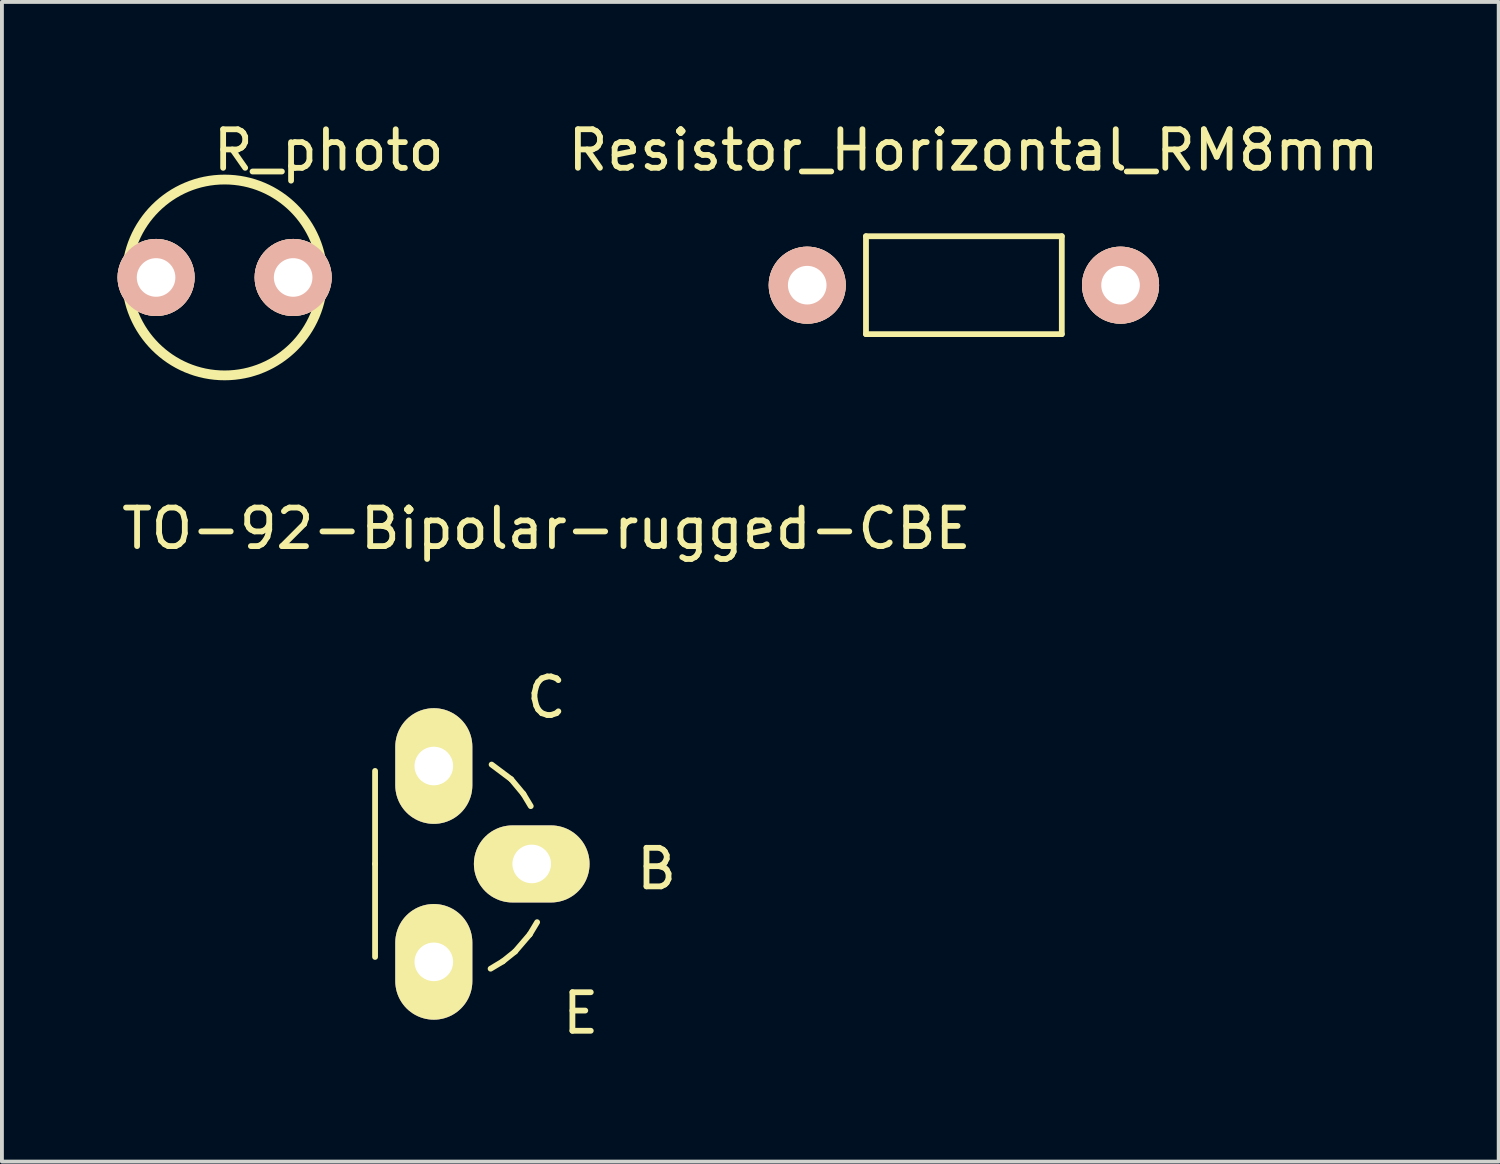
<source format=kicad_pcb>
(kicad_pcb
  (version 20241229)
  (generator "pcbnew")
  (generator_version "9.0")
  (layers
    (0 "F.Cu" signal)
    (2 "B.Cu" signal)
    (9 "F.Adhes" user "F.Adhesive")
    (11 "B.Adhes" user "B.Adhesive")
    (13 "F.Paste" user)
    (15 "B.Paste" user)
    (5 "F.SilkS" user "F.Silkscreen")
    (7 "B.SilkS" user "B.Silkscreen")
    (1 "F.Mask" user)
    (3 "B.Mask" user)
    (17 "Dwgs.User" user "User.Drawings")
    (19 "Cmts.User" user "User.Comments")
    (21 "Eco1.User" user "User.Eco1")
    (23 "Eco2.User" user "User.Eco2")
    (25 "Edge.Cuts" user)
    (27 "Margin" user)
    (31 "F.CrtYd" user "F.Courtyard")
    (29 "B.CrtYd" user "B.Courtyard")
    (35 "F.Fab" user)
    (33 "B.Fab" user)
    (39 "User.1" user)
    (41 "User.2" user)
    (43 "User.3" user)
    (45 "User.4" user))
  (footprint "Resistor_Horizontal_RM8mm"
    (layer "F.Cu")
    (at 21.955 4.348)
    (property "Reference" "Resistor_Horizontal_RM8mm" (at 0.249 -3.5 0) (layer "F.SilkS") (effects (font (size 1 1) (thickness 0.15))))
    (attr through_hole)
    (fp_line (start -2.54 -1.27) (end 2.54 -1.27) (stroke (width 0.15) (type solid)) (layer "F.SilkS"))
    (fp_line (start -2.54 1.27) (end -2.54 -1.27) (stroke (width 0.15) (type solid)) (layer "F.SilkS"))
    (fp_line (start 2.54 -1.27) (end 2.54 1.27) (stroke (width 0.15) (type solid)) (layer "F.SilkS"))
    (fp_line (start 2.54 1.27) (end -2.54 1.27) (stroke (width 0.15) (type solid)) (layer "F.SilkS"))
    (pad "1" thru_hole circle (at -4.064 0) (size 1.999 1.999) (drill 1.001) (layers "*.Cu" "*.SilkS" "*.Mask"))
    (pad "2" thru_hole circle (at 4.064 0) (size 1.999 1.999) (drill 1.001) (layers "*.Cu" "*.SilkS" "*.Mask")))
  (footprint "R_photo"
    (layer "F.Cu")
    (at 2.777 4.148)
    (property "Reference" "R_photo" (at 2.7 -3.299 0) (layer "F.SilkS") (effects (font (size 1 1) (thickness 0.15))))
    (attr through_hole)
    (fp_circle (center 0 0) (end -2.54 0) (stroke (width 0.254) (type solid)) (fill no) (layer "F.SilkS"))
    (pad "1" thru_hole circle (at -1.778 0) (size 1.999 1.999) (drill 1.001) (layers "*.Cu" "*.SilkS" "*.Mask"))
    (pad "2" thru_hole circle (at 1.778 0) (size 1.999 1.999) (drill 1.001) (layers "*.Cu" "*.SilkS" "*.Mask")))
  (footprint "TO-92-Bipolar-rugged-CBE"
    (layer "F.Cu")
    (at 8.204 19.362)
    (property "Reference" "TO-92-Bipolar-rugged-CBE" (at 2.921 -8.7 0) (layer "F.SilkS") (effects (font (size 1 1) (thickness 0.15))))
    (attr through_hole)
    (fp_line (start -1.524 0) (end -1.524 -2.413) (stroke (width 0.15) (type solid)) (layer "F.SilkS"))
    (fp_line (start -1.524 0) (end -1.524 2.413) (stroke (width 0.15) (type solid)) (layer "F.SilkS"))
    (fp_line (start 1.499 -2.578) (end 2.007 -2.197) (stroke (width 0.15) (type solid)) (layer "F.SilkS"))
    (fp_line (start 1.791 2.527) (end 1.473 2.718) (stroke (width 0.15) (type solid)) (layer "F.SilkS"))
    (fp_line (start 2.007 -2.197) (end 2.324 -1.816) (stroke (width 0.15) (type solid)) (layer "F.SilkS"))
    (fp_line (start 2.108 2.273) (end 1.791 2.527) (stroke (width 0.15) (type solid)) (layer "F.SilkS"))
    (fp_line (start 2.324 -1.816) (end 2.515 -1.499) (stroke (width 0.15) (type solid)) (layer "F.SilkS"))
    (fp_line (start 2.489 1.829) (end 2.108 2.273) (stroke (width 0.15) (type solid)) (layer "F.SilkS"))
    (fp_line (start 2.68 1.511) (end 2.489 1.829) (stroke (width 0.15) (type solid)) (layer "F.SilkS"))
    (fp_text user "C" (at 2.921 -4.318 0) (layer "F.SilkS") (effects (font (size 1 1) (thickness 0.15))))
    (fp_text user "B" (at 5.779 0.127 0) (layer "F.SilkS") (effects (font (size 1 1) (thickness 0.15))))
    (fp_text user "E" (at 3.81 3.873 0) (layer "F.SilkS") (effects (font (size 1 1) (thickness 0.15))))
    (pad "1" thru_hole oval (at 2.54 0) (size 3 1.999) (drill 1.001) (layers "*.Cu" "*.Mask" "F.SilkS"))
    (pad "2" thru_hole oval (at 0 -2.54) (size 1.999 3) (drill 1.001) (layers "*.Cu" "*.Mask" "F.SilkS"))
    (pad "3" thru_hole oval (at 0 2.54) (size 1.999 3) (drill 1.001) (layers "*.Cu" "*.Mask" "F.SilkS")))
  (gr_rect
    (start -3 -3)
    (end 35.829 27.084)
    (stroke (width 0.1) (type default))
    (fill no)
    (layer "Edge.Cuts")))
</source>
